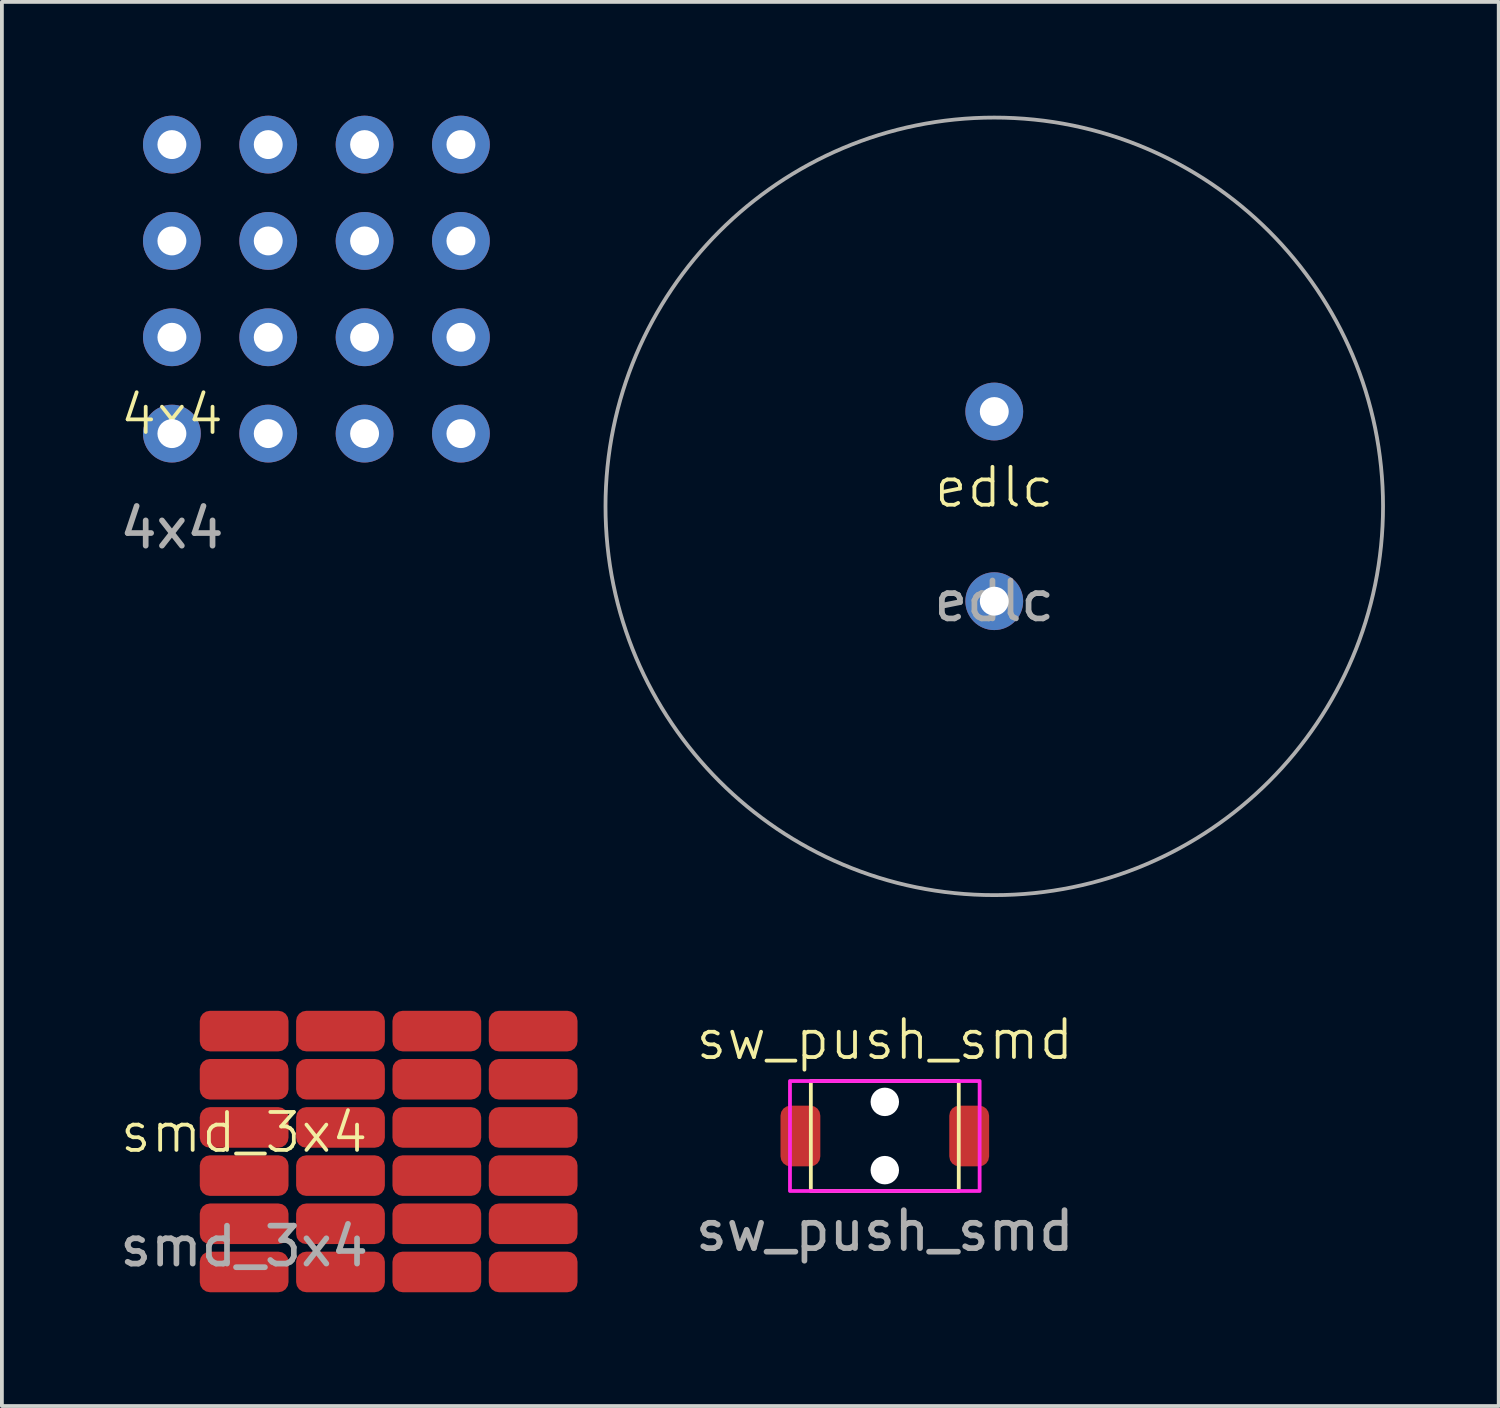
<source format=kicad_pcb>
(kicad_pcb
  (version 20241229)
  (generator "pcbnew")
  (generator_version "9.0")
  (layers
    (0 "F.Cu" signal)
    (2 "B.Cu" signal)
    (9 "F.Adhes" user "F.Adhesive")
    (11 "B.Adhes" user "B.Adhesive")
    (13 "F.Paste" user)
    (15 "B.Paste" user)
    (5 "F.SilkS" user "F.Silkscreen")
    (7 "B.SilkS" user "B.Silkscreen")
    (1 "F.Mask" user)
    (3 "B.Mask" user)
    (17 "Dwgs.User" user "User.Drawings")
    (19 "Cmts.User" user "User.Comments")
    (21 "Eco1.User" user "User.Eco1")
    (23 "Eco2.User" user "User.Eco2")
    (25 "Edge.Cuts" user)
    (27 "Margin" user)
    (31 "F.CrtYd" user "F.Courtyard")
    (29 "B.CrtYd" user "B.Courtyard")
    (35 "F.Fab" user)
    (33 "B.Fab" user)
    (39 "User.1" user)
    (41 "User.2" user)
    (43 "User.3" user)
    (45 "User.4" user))
  (footprint "edlc"
    (layer "F.Cu")
    (at 23.164 10.3)
    (property "Reference" "edlc" (at 0 -0.5 0) (unlocked yes) (layer "F.SilkS") (effects (font (size 1 1) (thickness 0.1))))
    (attr through_hole)
    (fp_circle (center 0 0) (end 10.25 0) (stroke (width 0.1) (type default)) (fill no) (layer "F.Fab"))
    (fp_text user "${REFERENCE}" (at 0 2.5 0) (unlocked yes) (layer "F.Fab") (effects (font (size 1 1) (thickness 0.15))))
    (pad "1" thru_hole circle (at 0 -2.5) (size 1.524 1.524) (drill 0.762) (layers "*.Cu" "*.Mask"))
    (pad "2" thru_hole circle (at 0 2.5) (size 1.524 1.524) (drill 0.762) (layers "*.Cu" "*.Mask")))
  (footprint "sw_push_smd"
    (layer "F.Cu")
    (at 20.278 26.901)
    (property "Reference" "sw_push_smd" (at 0 -2.54 0) (unlocked yes) (layer "F.SilkS") (effects (font (size 1 1) (thickness 0.1))))
    (attr smd)
    (fp_rect (start -1.95 -1.45) (end 1.95 1.45) (stroke (width 0.1) (type default)) (fill no) (layer "F.SilkS"))
    (fp_rect (start -2.5 -1.45) (end 2.5 1.45) (stroke (width 0.1) (type default)) (fill no) (layer "F.CrtYd"))
    (fp_text user "${REFERENCE}" (at 0 2.5 0) (unlocked yes) (layer "F.Fab") (effects (font (size 1 1) (thickness 0.15))))
    (pad "" np_thru_hole circle (at 0 -0.9) (size 0.75 0.75) (drill 0.75) (layers "*.Cu" "*.Mask"))
    (pad "" np_thru_hole circle (at 0 0.9) (size 0.75 0.75) (drill 0.75) (layers "*.Cu" "*.Mask"))
    (pad "1" smd roundrect (at 2.225 0) (size 1.05 1.6) (layers "F.Cu" "F.Mask" "F.Paste") (roundrect_rratio 0.25))
    (pad "2" smd roundrect (at -2.225 0) (size 1.05 1.6) (layers "F.Cu" "F.Mask" "F.Paste") (roundrect_rratio 0.25)))
  (footprint "smd_3x4"
    (layer "F.Cu")
    (at 3.387 27.31)
    (property "Reference" "smd_3x4" (at 0 -0.5 0) (unlocked yes) (layer "F.SilkS") (effects (font (size 1 1) (thickness 0.1))))
    (attr smd)
    (fp_text user "${REFERENCE}" (at 0 2.5 0) (unlocked yes) (layer "F.Fab") (effects (font (size 1 1) (thickness 0.15))))
    (pad "1" smd roundrect (at 0 -3.175) (size 2.34 1.07) (layers "F.Cu" "F.Mask" "F.Paste") (roundrect_rratio 0.25))
    (pad "2" smd roundrect (at 2.54 -3.175) (size 2.34 1.07) (layers "F.Cu" "F.Mask" "F.Paste") (roundrect_rratio 0.25))
    (pad "3" smd roundrect (at 5.08 -3.175) (size 2.34 1.07) (layers "F.Cu" "F.Mask" "F.Paste") (roundrect_rratio 0.25))
    (pad "4" smd roundrect (at 7.62 -3.175) (size 2.34 1.07) (layers "F.Cu" "F.Mask" "F.Paste") (roundrect_rratio 0.25))
    (pad "5" smd roundrect (at 0 -1.905) (size 2.34 1.07) (layers "F.Cu" "F.Mask" "F.Paste") (roundrect_rratio 0.25))
    (pad "6" smd roundrect (at 2.54 -1.905) (size 2.34 1.07) (layers "F.Cu" "F.Mask" "F.Paste") (roundrect_rratio 0.25))
    (pad "7" smd roundrect (at 5.08 -1.905) (size 2.34 1.07) (layers "F.Cu" "F.Mask" "F.Paste") (roundrect_rratio 0.25))
    (pad "8" smd roundrect (at 7.62 -1.905) (size 2.34 1.07) (layers "F.Cu" "F.Mask" "F.Paste") (roundrect_rratio 0.25))
    (pad "9" smd roundrect (at 0 -0.635) (size 2.34 1.07) (layers "F.Cu" "F.Mask" "F.Paste") (roundrect_rratio 0.25))
    (pad "10" smd roundrect (at 2.54 -0.635) (size 2.34 1.07) (layers "F.Cu" "F.Mask" "F.Paste") (roundrect_rratio 0.25))
    (pad "11" smd roundrect (at 5.08 -0.635) (size 2.34 1.07) (layers "F.Cu" "F.Mask" "F.Paste") (roundrect_rratio 0.25))
    (pad "12" smd roundrect (at 7.62 -0.635) (size 2.34 1.07) (layers "F.Cu" "F.Mask" "F.Paste") (roundrect_rratio 0.25))
    (pad "13" smd roundrect (at 0 0.635) (size 2.34 1.07) (layers "F.Cu" "F.Mask" "F.Paste") (roundrect_rratio 0.25))
    (pad "14" smd roundrect (at 2.54 0.635) (size 2.34 1.07) (layers "F.Cu" "F.Mask" "F.Paste") (roundrect_rratio 0.25))
    (pad "15" smd roundrect (at 5.08 0.635) (size 2.34 1.07) (layers "F.Cu" "F.Mask" "F.Paste") (roundrect_rratio 0.25))
    (pad "16" smd roundrect (at 7.62 0.635) (size 2.34 1.07) (layers "F.Cu" "F.Mask" "F.Paste") (roundrect_rratio 0.25))
    (pad "17" smd roundrect (at 0 1.905) (size 2.34 1.07) (layers "F.Cu" "F.Mask" "F.Paste") (roundrect_rratio 0.25))
    (pad "18" smd roundrect (at 2.54 1.905) (size 2.34 1.07) (layers "F.Cu" "F.Mask" "F.Paste") (roundrect_rratio 0.25))
    (pad "19" smd roundrect (at 5.08 1.905) (size 2.34 1.07) (layers "F.Cu" "F.Mask" "F.Paste") (roundrect_rratio 0.25))
    (pad "20" smd roundrect (at 7.62 1.905) (size 2.34 1.07) (layers "F.Cu" "F.Mask" "F.Paste") (roundrect_rratio 0.25))
    (pad "21" smd roundrect (at 0 3.175) (size 2.34 1.07) (layers "F.Cu" "F.Mask" "F.Paste") (roundrect_rratio 0.25))
    (pad "22" smd roundrect (at 2.54 3.175) (size 2.34 1.07) (layers "F.Cu" "F.Mask" "F.Paste") (roundrect_rratio 0.25))
    (pad "23" smd roundrect (at 5.08 3.175) (size 2.34 1.07) (layers "F.Cu" "F.Mask" "F.Paste") (roundrect_rratio 0.25))
    (pad "24" smd roundrect (at 7.62 3.175) (size 2.34 1.07) (layers "F.Cu" "F.Mask" "F.Paste") (roundrect_rratio 0.25)))
  (footprint "4x4"
    (layer "F.Cu")
    (at 1.482 4.572)
    (property "Reference" "4x4" (at 0 3.31 0) (unlocked yes) (layer "F.SilkS") (effects (font (size 1 1) (thickness 0.1))))
    (attr through_hole)
    (fp_text user "${REFERENCE}" (at 0 6.31 0) (unlocked yes) (layer "F.Fab") (effects (font (size 1 1) (thickness 0.15))))
    (pad "1" thru_hole circle (at 0 3.81) (size 1.524 1.524) (drill 0.762) (layers "*.Cu" "*.Mask"))
    (pad "2" thru_hole circle (at 2.54 3.81) (size 1.524 1.524) (drill 0.762) (layers "*.Cu" "*.Mask"))
    (pad "3" thru_hole circle (at 5.08 3.81) (size 1.524 1.524) (drill 0.762) (layers "*.Cu" "*.Mask"))
    (pad "4" thru_hole circle (at 7.62 3.81) (size 1.524 1.524) (drill 0.762) (layers "*.Cu" "*.Mask"))
    (pad "5" thru_hole circle (at 0 1.27) (size 1.524 1.524) (drill 0.762) (layers "*.Cu" "*.Mask"))
    (pad "6" thru_hole circle (at 2.54 1.27) (size 1.524 1.524) (drill 0.762) (layers "*.Cu" "*.Mask"))
    (pad "7" thru_hole circle (at 5.08 1.27) (size 1.524 1.524) (drill 0.762) (layers "*.Cu" "*.Mask"))
    (pad "8" thru_hole circle (at 7.62 1.27) (size 1.524 1.524) (drill 0.762) (layers "*.Cu" "*.Mask"))
    (pad "9" thru_hole circle (at 0 -1.27) (size 1.524 1.524) (drill 0.762) (layers "*.Cu" "*.Mask"))
    (pad "10" thru_hole circle (at 2.54 -1.27) (size 1.524 1.524) (drill 0.762) (layers "*.Cu" "*.Mask"))
    (pad "11" thru_hole circle (at 5.08 -1.27) (size 1.524 1.524) (drill 0.762) (layers "*.Cu" "*.Mask"))
    (pad "12" thru_hole circle (at 7.62 -1.27) (size 1.524 1.524) (drill 0.762) (layers "*.Cu" "*.Mask"))
    (pad "13" thru_hole circle (at 0 -3.81) (size 1.524 1.524) (drill 0.762) (layers "*.Cu" "*.Mask"))
    (pad "14" thru_hole circle (at 2.54 -3.81) (size 1.524 1.524) (drill 0.762) (layers "*.Cu" "*.Mask"))
    (pad "15" thru_hole circle (at 5.08 -3.81) (size 1.524 1.524) (drill 0.762) (layers "*.Cu" "*.Mask"))
    (pad "16" thru_hole circle (at 7.62 -3.81) (size 1.524 1.524) (drill 0.762) (layers "*.Cu" "*.Mask")))
  (gr_rect
    (start -3 -3)
    (end 36.464 34.02)
    (stroke (width 0.1) (type default))
    (fill no)
    (layer "Edge.Cuts")))
</source>
